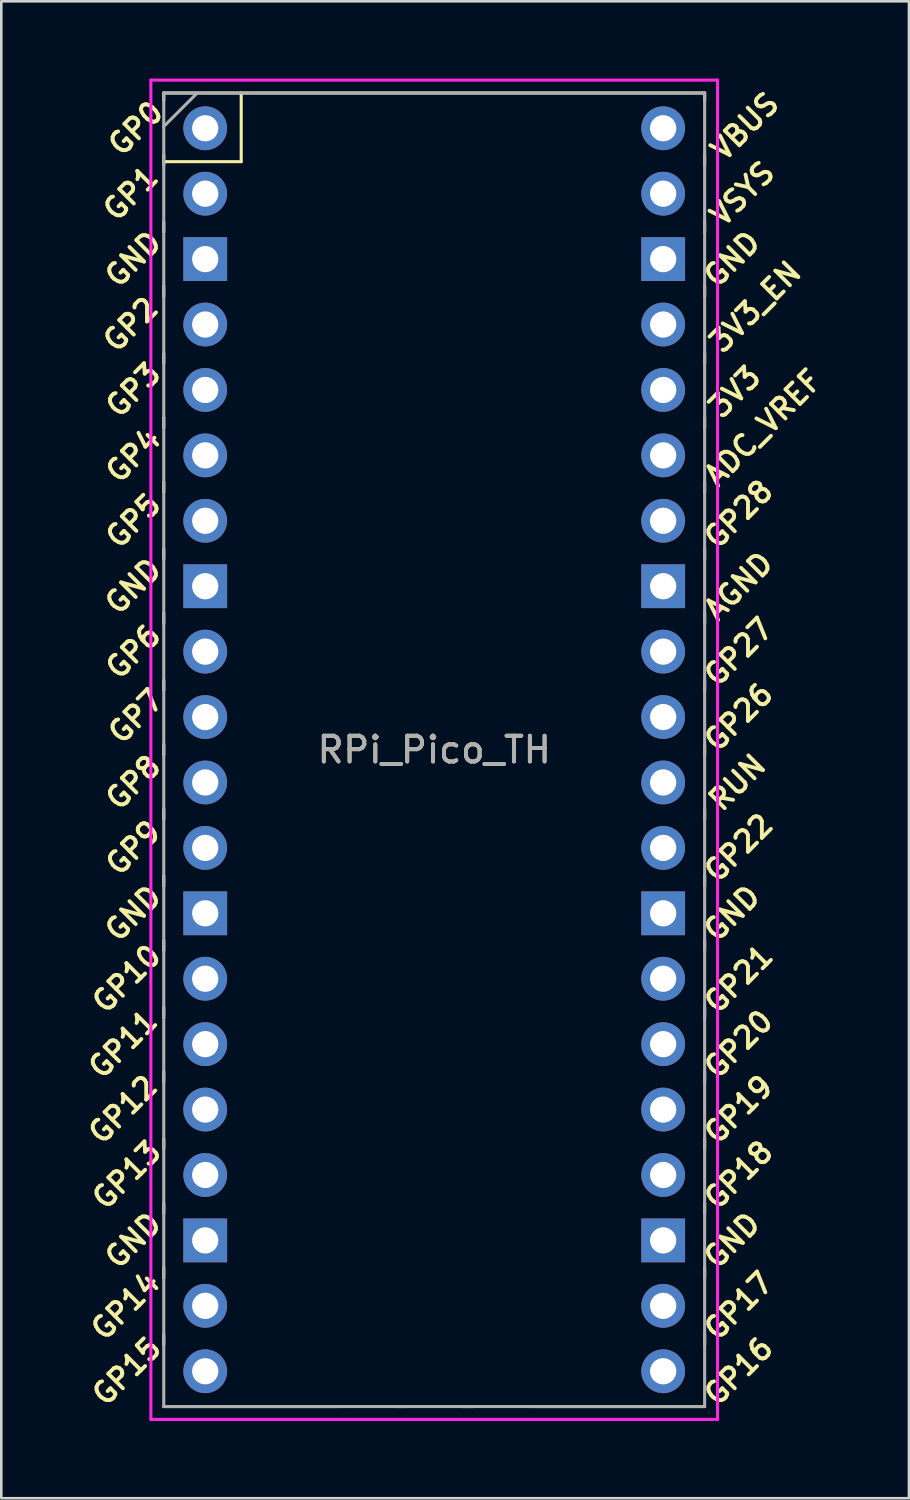
<source format=kicad_pcb>
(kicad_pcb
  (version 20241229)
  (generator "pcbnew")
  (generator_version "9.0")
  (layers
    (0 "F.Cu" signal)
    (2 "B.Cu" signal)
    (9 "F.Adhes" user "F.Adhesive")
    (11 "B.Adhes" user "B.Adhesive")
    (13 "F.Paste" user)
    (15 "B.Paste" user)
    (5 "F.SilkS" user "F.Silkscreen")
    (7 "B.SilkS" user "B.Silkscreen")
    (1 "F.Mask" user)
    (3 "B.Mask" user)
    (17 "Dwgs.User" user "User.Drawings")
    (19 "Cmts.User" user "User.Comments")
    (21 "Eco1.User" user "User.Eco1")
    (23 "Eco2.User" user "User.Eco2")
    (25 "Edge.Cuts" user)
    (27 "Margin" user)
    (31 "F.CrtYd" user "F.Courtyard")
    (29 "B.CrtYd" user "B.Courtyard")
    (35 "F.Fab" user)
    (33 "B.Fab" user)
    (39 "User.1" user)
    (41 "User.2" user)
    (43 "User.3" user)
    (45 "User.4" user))
  (footprint "RPi_Pico_TH"
    (layer "F.Cu")
    (at 13.808 26.06)
    (property "Reference" "RPi_Pico_TH" (at 0 0 0) (layer "F.SilkS") (effects (font (size 1 1) (thickness 0.15))))
    (attr through_hole)
    (fp_line (start -10.5 -25.5) (end -10.5 -25.2) (stroke (width 0.12) (type solid)) (layer "F.SilkS"))
    (fp_line (start -10.5 -25.5) (end 10.5 -25.5) (stroke (width 0.12) (type solid)) (layer "F.SilkS"))
    (fp_line (start -10.5 -23.1) (end -10.5 -22.7) (stroke (width 0.12) (type solid)) (layer "F.SilkS"))
    (fp_line (start -10.5 -22.833) (end -7.493 -22.833) (stroke (width 0.12) (type solid)) (layer "F.SilkS"))
    (fp_line (start -10.5 -20.5) (end -10.5 -20.1) (stroke (width 0.12) (type solid)) (layer "F.SilkS"))
    (fp_line (start -10.5 -18) (end -10.5 -17.6) (stroke (width 0.12) (type solid)) (layer "F.SilkS"))
    (fp_line (start -10.5 -15.4) (end -10.5 -15) (stroke (width 0.12) (type solid)) (layer "F.SilkS"))
    (fp_line (start -10.5 -12.9) (end -10.5 -12.5) (stroke (width 0.12) (type solid)) (layer "F.SilkS"))
    (fp_line (start -10.5 -10.4) (end -10.5 -10) (stroke (width 0.12) (type solid)) (layer "F.SilkS"))
    (fp_line (start -10.5 -7.8) (end -10.5 -7.4) (stroke (width 0.12) (type solid)) (layer "F.SilkS"))
    (fp_line (start -10.5 -5.3) (end -10.5 -4.9) (stroke (width 0.12) (type solid)) (layer "F.SilkS"))
    (fp_line (start -10.5 -2.7) (end -10.5 -2.3) (stroke (width 0.12) (type solid)) (layer "F.SilkS"))
    (fp_line (start -10.5 -0.2) (end -10.5 0.2) (stroke (width 0.12) (type solid)) (layer "F.SilkS"))
    (fp_line (start -10.5 2.3) (end -10.5 2.7) (stroke (width 0.12) (type solid)) (layer "F.SilkS"))
    (fp_line (start -10.5 4.9) (end -10.5 5.3) (stroke (width 0.12) (type solid)) (layer "F.SilkS"))
    (fp_line (start -10.5 7.4) (end -10.5 7.8) (stroke (width 0.12) (type solid)) (layer "F.SilkS"))
    (fp_line (start -10.5 10) (end -10.5 10.4) (stroke (width 0.12) (type solid)) (layer "F.SilkS"))
    (fp_line (start -10.5 12.5) (end -10.5 12.9) (stroke (width 0.12) (type solid)) (layer "F.SilkS"))
    (fp_line (start -10.5 15.1) (end -10.5 15.5) (stroke (width 0.12) (type solid)) (layer "F.SilkS"))
    (fp_line (start -10.5 17.6) (end -10.5 18) (stroke (width 0.12) (type solid)) (layer "F.SilkS"))
    (fp_line (start -10.5 20.1) (end -10.5 20.5) (stroke (width 0.12) (type solid)) (layer "F.SilkS"))
    (fp_line (start -10.5 22.7) (end -10.5 23.1) (stroke (width 0.12) (type solid)) (layer "F.SilkS"))
    (fp_line (start -7.493 -22.833) (end -7.493 -25.5) (stroke (width 0.12) (type solid)) (layer "F.SilkS"))
    (fp_line (start -3.7 25.5) (end -10.5 25.5) (stroke (width 0.12) (type solid)) (layer "F.SilkS"))
    (fp_line (start -1.5 25.5) (end -1.1 25.5) (stroke (width 0.12) (type solid)) (layer "F.SilkS"))
    (fp_line (start 1.1 25.5) (end 1.5 25.5) (stroke (width 0.12) (type solid)) (layer "F.SilkS"))
    (fp_line (start 10.5 -25.5) (end 10.5 -25.2) (stroke (width 0.12) (type solid)) (layer "F.SilkS"))
    (fp_line (start 10.5 -23.1) (end 10.5 -22.7) (stroke (width 0.12) (type solid)) (layer "F.SilkS"))
    (fp_line (start 10.5 -20.5) (end 10.5 -20.1) (stroke (width 0.12) (type solid)) (layer "F.SilkS"))
    (fp_line (start 10.5 -18) (end 10.5 -17.6) (stroke (width 0.12) (type solid)) (layer "F.SilkS"))
    (fp_line (start 10.5 -15.4) (end 10.5 -15) (stroke (width 0.12) (type solid)) (layer "F.SilkS"))
    (fp_line (start 10.5 -12.9) (end 10.5 -12.5) (stroke (width 0.12) (type solid)) (layer "F.SilkS"))
    (fp_line (start 10.5 -10.4) (end 10.5 -10) (stroke (width 0.12) (type solid)) (layer "F.SilkS"))
    (fp_line (start 10.5 -7.8) (end 10.5 -7.4) (stroke (width 0.12) (type solid)) (layer "F.SilkS"))
    (fp_line (start 10.5 -5.3) (end 10.5 -4.9) (stroke (width 0.12) (type solid)) (layer "F.SilkS"))
    (fp_line (start 10.5 -2.7) (end 10.5 -2.3) (stroke (width 0.12) (type solid)) (layer "F.SilkS"))
    (fp_line (start 10.5 -0.2) (end 10.5 0.2) (stroke (width 0.12) (type solid)) (layer "F.SilkS"))
    (fp_line (start 10.5 2.3) (end 10.5 2.7) (stroke (width 0.12) (type solid)) (layer "F.SilkS"))
    (fp_line (start 10.5 4.9) (end 10.5 5.3) (stroke (width 0.12) (type solid)) (layer "F.SilkS"))
    (fp_line (start 10.5 7.4) (end 10.5 7.8) (stroke (width 0.12) (type solid)) (layer "F.SilkS"))
    (fp_line (start 10.5 10) (end 10.5 10.4) (stroke (width 0.12) (type solid)) (layer "F.SilkS"))
    (fp_line (start 10.5 12.5) (end 10.5 12.9) (stroke (width 0.12) (type solid)) (layer "F.SilkS"))
    (fp_line (start 10.5 15.1) (end 10.5 15.5) (stroke (width 0.12) (type solid)) (layer "F.SilkS"))
    (fp_line (start 10.5 17.6) (end 10.5 18) (stroke (width 0.12) (type solid)) (layer "F.SilkS"))
    (fp_line (start 10.5 20.1) (end 10.5 20.5) (stroke (width 0.12) (type solid)) (layer "F.SilkS"))
    (fp_line (start 10.5 22.7) (end 10.5 23.1) (stroke (width 0.12) (type solid)) (layer "F.SilkS"))
    (fp_line (start 10.5 25.5) (end 3.7 25.5) (stroke (width 0.12) (type solid)) (layer "F.SilkS"))
    (fp_line (start -11 -26) (end 11 -26) (stroke (width 0.12) (type solid)) (layer "F.CrtYd"))
    (fp_line (start -11 26) (end -11 -26) (stroke (width 0.12) (type solid)) (layer "F.CrtYd"))
    (fp_line (start 11 -26) (end 11 26) (stroke (width 0.12) (type solid)) (layer "F.CrtYd"))
    (fp_line (start 11 26) (end -11 26) (stroke (width 0.12) (type solid)) (layer "F.CrtYd"))
    (fp_line (start -10.5 -25.5) (end 10.5 -25.5) (stroke (width 0.12) (type solid)) (layer "F.Fab"))
    (fp_line (start -10.5 -24.2) (end -9.2 -25.5) (stroke (width 0.12) (type solid)) (layer "F.Fab"))
    (fp_line (start -10.5 25.5) (end -10.5 -25.5) (stroke (width 0.12) (type solid)) (layer "F.Fab"))
    (fp_line (start 10.5 -25.5) (end 10.5 25.5) (stroke (width 0.12) (type solid)) (layer "F.Fab"))
    (fp_line (start 10.5 25.5) (end -10.5 25.5) (stroke (width 0.12) (type solid)) (layer "F.Fab"))
    (fp_text user "3V3_EN" (at 12.465 -17.2 45) (layer "F.SilkS") (effects (font (size 0.8 0.8) (thickness 0.15))))
    (fp_text user "GND" (at 11.565 19.05 45) (layer "F.SilkS") (effects (font (size 0.8 0.8) (thickness 0.15))))
    (fp_text user "GP27" (at 11.819 -3.8 45) (layer "F.SilkS") (effects (font (size 0.8 0.8) (thickness 0.15))))
    (fp_text user "RUN" (at 11.765 1.27 45) (layer "F.SilkS") (effects (font (size 0.8 0.8) (thickness 0.15))))
    (fp_text user "GND" (at 11.565 -19.05 45) (layer "F.SilkS") (effects (font (size 0.8 0.8) (thickness 0.15))))
    (fp_text user "GP5" (at -11.684 -8.89 45) (layer "F.SilkS") (effects (font (size 0.8 0.8) (thickness 0.15))))
    (fp_text user "GP22" (at 11.819 3.81 45) (layer "F.SilkS") (effects (font (size 0.8 0.8) (thickness 0.15))))
    (fp_text user "GP0" (at -11.584 -24.13 45) (layer "F.SilkS") (effects (font (size 0.8 0.8) (thickness 0.15))))
    (fp_text user "GP10" (at -11.938 8.89 45) (layer "F.SilkS") (effects (font (size 0.8 0.8) (thickness 0.15))))
    (fp_text user "AGND" (at 11.819 -6.35 45) (layer "F.SilkS") (effects (font (size 0.8 0.8) (thickness 0.15))))
    (fp_text user "GP21" (at 11.819 8.9 45) (layer "F.SilkS") (effects (font (size 0.8 0.8) (thickness 0.15))))
    (fp_text user "VBUS" (at 12.065 -24.2 45) (layer "F.SilkS") (effects (font (size 0.8 0.8) (thickness 0.15))))
    (fp_text user "GP17" (at 11.819 21.59 45) (layer "F.SilkS") (effects (font (size 0.8 0.8) (thickness 0.15))))
    (fp_text user "VSYS" (at 11.965 -21.59 45) (layer "F.SilkS") (effects (font (size 0.8 0.8) (thickness 0.15))))
    (fp_text user "GP15" (at -11.938 24.13 45) (layer "F.SilkS") (effects (font (size 0.8 0.8) (thickness 0.15))))
    (fp_text user "GP12" (at -12.084 13.97 45) (layer "F.SilkS") (effects (font (size 0.8 0.8) (thickness 0.15))))
    (fp_text user "GP4" (at -11.684 -11.43 45) (layer "F.SilkS") (effects (font (size 0.8 0.8) (thickness 0.15))))
    (fp_text user "GP9" (at -11.684 3.81 45) (layer "F.SilkS") (effects (font (size 0.8 0.8) (thickness 0.15))))
    (fp_text user "GP11" (at -12.084 11.43 45) (layer "F.SilkS") (effects (font (size 0.8 0.8) (thickness 0.15))))
    (fp_text user "GP26" (at 11.819 -1.27 45) (layer "F.SilkS") (effects (font (size 0.8 0.8) (thickness 0.15))))
    (fp_text user "GP13" (at -11.938 16.51 45) (layer "F.SilkS") (effects (font (size 0.8 0.8) (thickness 0.15))))
    (fp_text user "GND" (at -11.684 19.05 45) (layer "F.SilkS") (effects (font (size 0.8 0.8) (thickness 0.15))))
    (fp_text user "GP8" (at -11.684 1.27 45) (layer "F.SilkS") (effects (font (size 0.8 0.8) (thickness 0.15))))
    (fp_text user "GP3" (at -11.684 -13.97 45) (layer "F.SilkS") (effects (font (size 0.8 0.8) (thickness 0.15))))
    (fp_text user "ADC_VREF" (at 12.765 -12.5 45) (layer "F.SilkS") (effects (font (size 0.8 0.8) (thickness 0.15))))
    (fp_text user "GP16" (at 11.819 24.13 45) (layer "F.SilkS") (effects (font (size 0.8 0.8) (thickness 0.15))))
    (fp_text user "3V3" (at 11.665 -13.9 45) (layer "F.SilkS") (effects (font (size 0.8 0.8) (thickness 0.15))))
    (fp_text user "GP6" (at -11.684 -3.81 45) (layer "F.SilkS") (effects (font (size 0.8 0.8) (thickness 0.15))))
    (fp_text user "GP7" (at -11.584 -1.3 45) (layer "F.SilkS") (effects (font (size 0.8 0.8) (thickness 0.15))))
    (fp_text user "GP1" (at -11.784 -21.6 45) (layer "F.SilkS") (effects (font (size 0.8 0.8) (thickness 0.15))))
    (fp_text user "GP28" (at 11.819 -9.144 45) (layer "F.SilkS") (effects (font (size 0.8 0.8) (thickness 0.15))))
    (fp_text user "GP2" (at -11.784 -16.51 45) (layer "F.SilkS") (effects (font (size 0.8 0.8) (thickness 0.15))))
    (fp_text user "GND" (at 11.565 6.35 45) (layer "F.SilkS") (effects (font (size 0.8 0.8) (thickness 0.15))))
    (fp_text user "GND" (at -11.684 6.35 45) (layer "F.SilkS") (effects (font (size 0.8 0.8) (thickness 0.15))))
    (fp_text user "GP18" (at 11.819 16.51 45) (layer "F.SilkS") (effects (font (size 0.8 0.8) (thickness 0.15))))
    (fp_text user "GND" (at -11.684 -6.35 45) (layer "F.SilkS") (effects (font (size 0.8 0.8) (thickness 0.15))))
    (fp_text user "GP20" (at 11.819 11.43 45) (layer "F.SilkS") (effects (font (size 0.8 0.8) (thickness 0.15))))
    (fp_text user "GP19" (at 11.819 13.97 45) (layer "F.SilkS") (effects (font (size 0.8 0.8) (thickness 0.15))))
    (fp_text user "GND" (at -11.684 -19.05 45) (layer "F.SilkS") (effects (font (size 0.8 0.8) (thickness 0.15))))
    (fp_text user "GP14" (at -11.984 21.59 45) (layer "F.SilkS") (effects (font (size 0.8 0.8) (thickness 0.15))))
    (fp_text user "${REFERENCE}" (at 0 0 180) (layer "F.Fab") (effects (font (size 1 1) (thickness 0.15))))
    (pad "1" thru_hole oval (at -8.89 -24.13) (size 1.7 1.7) (drill 1.02) (layers "*.Cu" "*.Mask"))
    (pad "2" thru_hole oval (at -8.89 -21.59) (size 1.7 1.7) (drill 1.02) (layers "*.Cu" "*.Mask"))
    (pad "3" thru_hole rect (at -8.89 -19.05) (size 1.7 1.7) (drill 1.02) (layers "*.Cu" "*.Mask"))
    (pad "4" thru_hole oval (at -8.89 -16.51) (size 1.7 1.7) (drill 1.02) (layers "*.Cu" "*.Mask"))
    (pad "5" thru_hole oval (at -8.89 -13.97) (size 1.7 1.7) (drill 1.02) (layers "*.Cu" "*.Mask"))
    (pad "6" thru_hole oval (at -8.89 -11.43) (size 1.7 1.7) (drill 1.02) (layers "*.Cu" "*.Mask"))
    (pad "7" thru_hole oval (at -8.89 -8.89) (size 1.7 1.7) (drill 1.02) (layers "*.Cu" "*.Mask"))
    (pad "8" thru_hole rect (at -8.89 -6.35) (size 1.7 1.7) (drill 1.02) (layers "*.Cu" "*.Mask"))
    (pad "9" thru_hole oval (at -8.89 -3.81) (size 1.7 1.7) (drill 1.02) (layers "*.Cu" "*.Mask"))
    (pad "10" thru_hole oval (at -8.89 -1.27) (size 1.7 1.7) (drill 1.02) (layers "*.Cu" "*.Mask"))
    (pad "11" thru_hole oval (at -8.89 1.27) (size 1.7 1.7) (drill 1.02) (layers "*.Cu" "*.Mask"))
    (pad "12" thru_hole oval (at -8.89 3.81) (size 1.7 1.7) (drill 1.02) (layers "*.Cu" "*.Mask"))
    (pad "13" thru_hole rect (at -8.89 6.35) (size 1.7 1.7) (drill 1.02) (layers "*.Cu" "*.Mask"))
    (pad "14" thru_hole oval (at -8.89 8.89) (size 1.7 1.7) (drill 1.02) (layers "*.Cu" "*.Mask"))
    (pad "15" thru_hole oval (at -8.89 11.43) (size 1.7 1.7) (drill 1.02) (layers "*.Cu" "*.Mask"))
    (pad "16" thru_hole oval (at -8.89 13.97) (size 1.7 1.7) (drill 1.02) (layers "*.Cu" "*.Mask"))
    (pad "17" thru_hole oval (at -8.89 16.51) (size 1.7 1.7) (drill 1.02) (layers "*.Cu" "*.Mask"))
    (pad "18" thru_hole rect (at -8.89 19.05) (size 1.7 1.7) (drill 1.02) (layers "*.Cu" "*.Mask"))
    (pad "19" thru_hole oval (at -8.89 21.59) (size 1.7 1.7) (drill 1.02) (layers "*.Cu" "*.Mask"))
    (pad "20" thru_hole oval (at -8.89 24.13) (size 1.7 1.7) (drill 1.02) (layers "*.Cu" "*.Mask"))
    (pad "21" thru_hole oval (at 8.89 24.13) (size 1.7 1.7) (drill 1.02) (layers "*.Cu" "*.Mask"))
    (pad "22" thru_hole oval (at 8.89 21.59) (size 1.7 1.7) (drill 1.02) (layers "*.Cu" "*.Mask"))
    (pad "23" thru_hole rect (at 8.89 19.05) (size 1.7 1.7) (drill 1.02) (layers "*.Cu" "*.Mask"))
    (pad "24" thru_hole oval (at 8.89 16.51) (size 1.7 1.7) (drill 1.02) (layers "*.Cu" "*.Mask"))
    (pad "25" thru_hole oval (at 8.89 13.97) (size 1.7 1.7) (drill 1.02) (layers "*.Cu" "*.Mask"))
    (pad "26" thru_hole oval (at 8.89 11.43) (size 1.7 1.7) (drill 1.02) (layers "*.Cu" "*.Mask"))
    (pad "27" thru_hole oval (at 8.89 8.89) (size 1.7 1.7) (drill 1.02) (layers "*.Cu" "*.Mask"))
    (pad "28" thru_hole rect (at 8.89 6.35) (size 1.7 1.7) (drill 1.02) (layers "*.Cu" "*.Mask"))
    (pad "29" thru_hole oval (at 8.89 3.81) (size 1.7 1.7) (drill 1.02) (layers "*.Cu" "*.Mask"))
    (pad "30" thru_hole oval (at 8.89 1.27) (size 1.7 1.7) (drill 1.02) (layers "*.Cu" "*.Mask"))
    (pad "31" thru_hole oval (at 8.89 -1.27) (size 1.7 1.7) (drill 1.02) (layers "*.Cu" "*.Mask"))
    (pad "32" thru_hole oval (at 8.89 -3.81) (size 1.7 1.7) (drill 1.02) (layers "*.Cu" "*.Mask"))
    (pad "33" thru_hole rect (at 8.89 -6.35) (size 1.7 1.7) (drill 1.02) (layers "*.Cu" "*.Mask"))
    (pad "34" thru_hole oval (at 8.89 -8.89) (size 1.7 1.7) (drill 1.02) (layers "*.Cu" "*.Mask"))
    (pad "35" thru_hole oval (at 8.89 -11.43) (size 1.7 1.7) (drill 1.02) (layers "*.Cu" "*.Mask"))
    (pad "36" thru_hole oval (at 8.89 -13.97) (size 1.7 1.7) (drill 1.02) (layers "*.Cu" "*.Mask"))
    (pad "37" thru_hole oval (at 8.89 -16.51) (size 1.7 1.7) (drill 1.02) (layers "*.Cu" "*.Mask"))
    (pad "38" thru_hole rect (at 8.89 -19.05) (size 1.7 1.7) (drill 1.02) (layers "*.Cu" "*.Mask"))
    (pad "39" thru_hole oval (at 8.89 -21.59) (size 1.7 1.7) (drill 1.02) (layers "*.Cu" "*.Mask"))
    (pad "40" thru_hole oval (at 8.89 -24.13) (size 1.7 1.7) (drill 1.02) (layers "*.Cu" "*.Mask")))
  (gr_rect
    (start -3 -3)
    (end 32.24 55.12)
    (stroke (width 0.1) (type default))
    (fill no)
    (layer "Edge.Cuts")))
</source>
